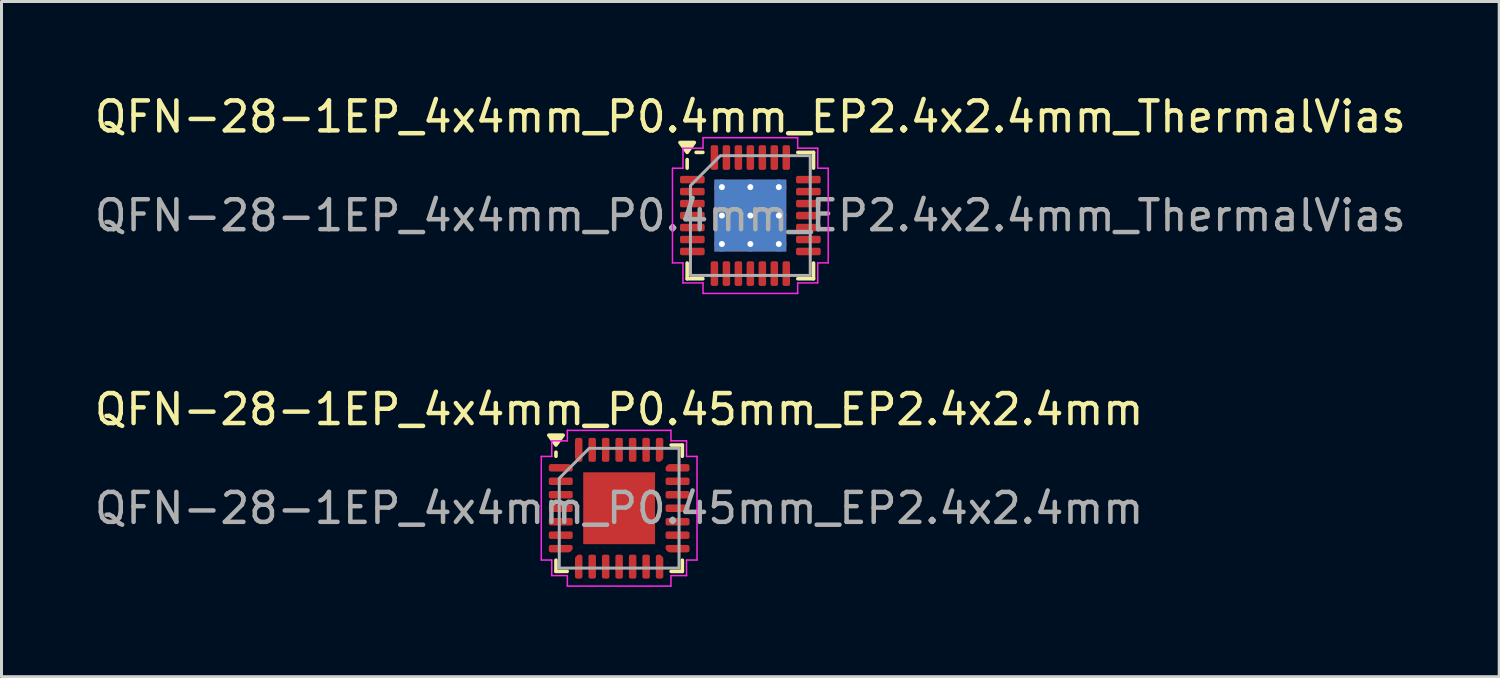
<source format=kicad_pcb>
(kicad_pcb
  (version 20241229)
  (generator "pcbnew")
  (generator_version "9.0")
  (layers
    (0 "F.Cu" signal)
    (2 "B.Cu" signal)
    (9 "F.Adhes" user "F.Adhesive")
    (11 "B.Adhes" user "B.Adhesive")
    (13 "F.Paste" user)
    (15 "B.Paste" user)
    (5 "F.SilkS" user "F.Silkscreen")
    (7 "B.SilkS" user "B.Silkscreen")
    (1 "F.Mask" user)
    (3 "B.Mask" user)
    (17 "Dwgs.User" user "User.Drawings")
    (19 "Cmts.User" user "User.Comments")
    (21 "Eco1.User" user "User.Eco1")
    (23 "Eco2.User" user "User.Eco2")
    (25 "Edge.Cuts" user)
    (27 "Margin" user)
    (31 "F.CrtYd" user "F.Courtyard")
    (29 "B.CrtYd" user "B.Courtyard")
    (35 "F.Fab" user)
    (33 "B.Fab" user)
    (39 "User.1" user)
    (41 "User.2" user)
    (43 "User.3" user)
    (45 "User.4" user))
  (footprint "QFN-28-1EP_4x4mm_P0.45mm_EP2.4x2.4mm"
    (layer "F.Cu")
    (at 17.625 13.921)
    (property "Reference" "QFN-28-1EP_4x4mm_P0.45mm_EP2.4x2.4mm" (at 0 -3.3 0) (layer "F.SilkS") (effects (font (size 1 1) (thickness 0.15))))
    (attr smd)
    (fp_line (start -2.11 -1.735) (end -2.11 -1.87) (stroke (width 0.12) (type solid)) (layer "F.SilkS"))
    (fp_line (start -2.11 2.11) (end -2.11 1.735) (stroke (width 0.12) (type solid)) (layer "F.SilkS"))
    (fp_line (start -1.735 2.11) (end -2.11 2.11) (stroke (width 0.12) (type solid)) (layer "F.SilkS"))
    (fp_line (start 1.735 -2.11) (end 2.11 -2.11) (stroke (width 0.12) (type solid)) (layer "F.SilkS"))
    (fp_line (start 1.735 2.11) (end 2.11 2.11) (stroke (width 0.12) (type solid)) (layer "F.SilkS"))
    (fp_line (start 2.11 -2.11) (end 2.11 -1.735) (stroke (width 0.12) (type solid)) (layer "F.SilkS"))
    (fp_line (start 2.11 2.11) (end 2.11 1.735) (stroke (width 0.12) (type solid)) (layer "F.SilkS"))
    (fp_poly (pts (xy -2.11 -2.11) (xy -2.35 -2.44) (xy -1.87 -2.44)) (stroke (width 0.12) (type solid)) (fill yes) (layer "F.SilkS"))
    (fp_line (start -2.6 -1.73) (end -2.25 -1.73) (stroke (width 0.05) (type solid)) (layer "F.CrtYd"))
    (fp_line (start -2.6 1.73) (end -2.6 -1.73) (stroke (width 0.05) (type solid)) (layer "F.CrtYd"))
    (fp_line (start -2.25 -2.25) (end -1.73 -2.25) (stroke (width 0.05) (type solid)) (layer "F.CrtYd"))
    (fp_line (start -2.25 -1.73) (end -2.25 -2.25) (stroke (width 0.05) (type solid)) (layer "F.CrtYd"))
    (fp_line (start -2.25 1.73) (end -2.6 1.73) (stroke (width 0.05) (type solid)) (layer "F.CrtYd"))
    (fp_line (start -2.25 2.25) (end -2.25 1.73) (stroke (width 0.05) (type solid)) (layer "F.CrtYd"))
    (fp_line (start -1.73 -2.6) (end 1.73 -2.6) (stroke (width 0.05) (type solid)) (layer "F.CrtYd"))
    (fp_line (start -1.73 -2.25) (end -1.73 -2.6) (stroke (width 0.05) (type solid)) (layer "F.CrtYd"))
    (fp_line (start -1.73 2.25) (end -2.25 2.25) (stroke (width 0.05) (type solid)) (layer "F.CrtYd"))
    (fp_line (start -1.73 2.6) (end -1.73 2.25) (stroke (width 0.05) (type solid)) (layer "F.CrtYd"))
    (fp_line (start 1.73 -2.6) (end 1.73 -2.25) (stroke (width 0.05) (type solid)) (layer "F.CrtYd"))
    (fp_line (start 1.73 -2.25) (end 2.25 -2.25) (stroke (width 0.05) (type solid)) (layer "F.CrtYd"))
    (fp_line (start 1.73 2.25) (end 1.73 2.6) (stroke (width 0.05) (type solid)) (layer "F.CrtYd"))
    (fp_line (start 1.73 2.6) (end -1.73 2.6) (stroke (width 0.05) (type solid)) (layer "F.CrtYd"))
    (fp_line (start 2.25 -2.25) (end 2.25 -1.73) (stroke (width 0.05) (type solid)) (layer "F.CrtYd"))
    (fp_line (start 2.25 -1.73) (end 2.6 -1.73) (stroke (width 0.05) (type solid)) (layer "F.CrtYd"))
    (fp_line (start 2.25 1.73) (end 2.25 2.25) (stroke (width 0.05) (type solid)) (layer "F.CrtYd"))
    (fp_line (start 2.25 2.25) (end 1.73 2.25) (stroke (width 0.05) (type solid)) (layer "F.CrtYd"))
    (fp_line (start 2.6 -1.73) (end 2.6 1.73) (stroke (width 0.05) (type solid)) (layer "F.CrtYd"))
    (fp_line (start 2.6 1.73) (end 2.25 1.73) (stroke (width 0.05) (type solid)) (layer "F.CrtYd"))
    (fp_poly (pts (xy -2 -1) (xy -2 2) (xy 2 2) (xy 2 -2) (xy -1 -2)) (stroke (width 0.1) (type solid)) (fill no) (layer "F.Fab"))
    (fp_text user "${REFERENCE}" (at 0 0 0) (layer "F.Fab") (effects (font (size 1 1) (thickness 0.15))))
    (pad "" smd roundrect (at -0.6 -0.6) (size 0.97 0.97) (layers "F.Paste") (roundrect_rratio 0.25))
    (pad "" smd roundrect (at -0.6 0.6) (size 0.97 0.97) (layers "F.Paste") (roundrect_rratio 0.25))
    (pad "" smd roundrect (at 0.6 -0.6) (size 0.97 0.97) (layers "F.Paste") (roundrect_rratio 0.25))
    (pad "" smd roundrect (at 0.6 0.6) (size 0.97 0.97) (layers "F.Paste") (roundrect_rratio 0.25))
    (pad "1" smd custom (at -1.95 -1.35) (size 0.179 0.179) (layers "F.Cu" "F.Mask" "F.Paste") (options (anchor circle)) (primitives (gr_poly (pts (xy -0.338 -0.062) (xy 0.274 -0.062) (xy 0.338 0.001) (xy 0.338 0.062) (xy -0.338 0.062)) (width 0.125) (fill yes))))
    (pad "2" smd roundrect (at -1.95 -0.9) (size 0.8 0.25) (layers "F.Cu" "F.Mask" "F.Paste") (roundrect_rratio 0.25))
    (pad "3" smd roundrect (at -1.95 -0.45) (size 0.8 0.25) (layers "F.Cu" "F.Mask" "F.Paste") (roundrect_rratio 0.25))
    (pad "4" smd roundrect (at -1.95 0) (size 0.8 0.25) (layers "F.Cu" "F.Mask" "F.Paste") (roundrect_rratio 0.25))
    (pad "5" smd roundrect (at -1.95 0.45) (size 0.8 0.25) (layers "F.Cu" "F.Mask" "F.Paste") (roundrect_rratio 0.25))
    (pad "6" smd roundrect (at -1.95 0.9) (size 0.8 0.25) (layers "F.Cu" "F.Mask" "F.Paste") (roundrect_rratio 0.25))
    (pad "7" smd custom (at -1.95 1.35) (size 0.179 0.179) (layers "F.Cu" "F.Mask" "F.Paste") (options (anchor circle)) (primitives (gr_poly (pts (xy -0.338 -0.062) (xy 0.338 -0.062) (xy 0.338 -0.001) (xy 0.274 0.062) (xy -0.338 0.062)) (width 0.125) (fill yes))))
    (pad "8" smd custom (at -1.35 1.95) (size 0.179 0.179) (layers "F.Cu" "F.Mask" "F.Paste") (options (anchor circle)) (primitives (gr_poly (pts (xy -0.062 -0.274) (xy 0.001 -0.338) (xy 0.062 -0.338) (xy 0.062 0.338) (xy -0.062 0.338)) (width 0.125) (fill yes))))
    (pad "9" smd roundrect (at -0.9 1.95) (size 0.25 0.8) (layers "F.Cu" "F.Mask" "F.Paste") (roundrect_rratio 0.25))
    (pad "10" smd roundrect (at -0.45 1.95) (size 0.25 0.8) (layers "F.Cu" "F.Mask" "F.Paste") (roundrect_rratio 0.25))
    (pad "11" smd roundrect (at 0 1.95) (size 0.25 0.8) (layers "F.Cu" "F.Mask" "F.Paste") (roundrect_rratio 0.25))
    (pad "12" smd roundrect (at 0.45 1.95) (size 0.25 0.8) (layers "F.Cu" "F.Mask" "F.Paste") (roundrect_rratio 0.25))
    (pad "13" smd roundrect (at 0.9 1.95) (size 0.25 0.8) (layers "F.Cu" "F.Mask" "F.Paste") (roundrect_rratio 0.25))
    (pad "14" smd custom (at 1.35 1.95) (size 0.179 0.179) (layers "F.Cu" "F.Mask" "F.Paste") (options (anchor circle)) (primitives (gr_poly (pts (xy -0.062 -0.338) (xy -0.001 -0.338) (xy 0.062 -0.274) (xy 0.062 0.338) (xy -0.062 0.338)) (width 0.125) (fill yes))))
    (pad "15" smd custom (at 1.95 1.35) (size 0.179 0.179) (layers "F.Cu" "F.Mask" "F.Paste") (options (anchor circle)) (primitives (gr_poly (pts (xy -0.338 -0.062) (xy 0.338 -0.062) (xy 0.338 0.062) (xy -0.274 0.062) (xy -0.338 -0.001)) (width 0.125) (fill yes))))
    (pad "16" smd roundrect (at 1.95 0.9) (size 0.8 0.25) (layers "F.Cu" "F.Mask" "F.Paste") (roundrect_rratio 0.25))
    (pad "17" smd roundrect (at 1.95 0.45) (size 0.8 0.25) (layers "F.Cu" "F.Mask" "F.Paste") (roundrect_rratio 0.25))
    (pad "18" smd roundrect (at 1.95 0) (size 0.8 0.25) (layers "F.Cu" "F.Mask" "F.Paste") (roundrect_rratio 0.25))
    (pad "19" smd roundrect (at 1.95 -0.45) (size 0.8 0.25) (layers "F.Cu" "F.Mask" "F.Paste") (roundrect_rratio 0.25))
    (pad "20" smd roundrect (at 1.95 -0.9) (size 0.8 0.25) (layers "F.Cu" "F.Mask" "F.Paste") (roundrect_rratio 0.25))
    (pad "21" smd custom (at 1.95 -1.35) (size 0.179 0.179) (layers "F.Cu" "F.Mask" "F.Paste") (options (anchor circle)) (primitives (gr_poly (pts (xy -0.338 0.001) (xy -0.274 -0.062) (xy 0.338 -0.062) (xy 0.338 0.062) (xy -0.338 0.062)) (width 0.125) (fill yes))))
    (pad "22" smd custom (at 1.35 -1.95) (size 0.179 0.179) (layers "F.Cu" "F.Mask" "F.Paste") (options (anchor circle)) (primitives (gr_poly (pts (xy -0.062 -0.338) (xy 0.062 -0.338) (xy 0.062 0.274) (xy -0.001 0.338) (xy -0.062 0.338)) (width 0.125) (fill yes))))
    (pad "23" smd roundrect (at 0.9 -1.95) (size 0.25 0.8) (layers "F.Cu" "F.Mask" "F.Paste") (roundrect_rratio 0.25))
    (pad "24" smd roundrect (at 0.45 -1.95) (size 0.25 0.8) (layers "F.Cu" "F.Mask" "F.Paste") (roundrect_rratio 0.25))
    (pad "25" smd roundrect (at 0 -1.95) (size 0.25 0.8) (layers "F.Cu" "F.Mask" "F.Paste") (roundrect_rratio 0.25))
    (pad "26" smd roundrect (at -0.45 -1.95) (size 0.25 0.8) (layers "F.Cu" "F.Mask" "F.Paste") (roundrect_rratio 0.25))
    (pad "27" smd roundrect (at -0.9 -1.95) (size 0.25 0.8) (layers "F.Cu" "F.Mask" "F.Paste") (roundrect_rratio 0.25))
    (pad "28" smd custom (at -1.35 -1.95) (size 0.179 0.179) (layers "F.Cu" "F.Mask" "F.Paste") (options (anchor circle)) (primitives (gr_poly (pts (xy -0.062 -0.338) (xy 0.062 -0.338) (xy 0.062 0.338) (xy 0.001 0.338) (xy -0.062 0.274)) (width 0.125) (fill yes))))
    (pad "29" smd rect (at 0 0) (size 2.4 2.4) (property pad_prop_heatsink) (layers "F.Cu" "F.Mask")))
  (footprint "QFN-28-1EP_4x4mm_P0.4mm_EP2.4x2.4mm_ThermalVias"
    (layer "F.Cu")
    (at 22.006 4.148)
    (property "Reference" "QFN-28-1EP_4x4mm_P0.4mm_EP2.4x2.4mm_ThermalVias" (at 0 -3.3 0) (layer "F.SilkS") (effects (font (size 1 1) (thickness 0.15))))
    (attr smd)
    (fp_line (start -2.11 -1.585) (end -2.11 -1.87) (stroke (width 0.12) (type solid)) (layer "F.SilkS"))
    (fp_line (start -2.11 2.11) (end -2.11 1.585) (stroke (width 0.12) (type solid)) (layer "F.SilkS"))
    (fp_line (start -1.585 -2.11) (end -1.81 -2.11) (stroke (width 0.12) (type solid)) (layer "F.SilkS"))
    (fp_line (start -1.585 2.11) (end -2.11 2.11) (stroke (width 0.12) (type solid)) (layer "F.SilkS"))
    (fp_line (start 1.585 -2.11) (end 2.11 -2.11) (stroke (width 0.12) (type solid)) (layer "F.SilkS"))
    (fp_line (start 1.585 2.11) (end 2.11 2.11) (stroke (width 0.12) (type solid)) (layer "F.SilkS"))
    (fp_line (start 2.11 -2.11) (end 2.11 -1.585) (stroke (width 0.12) (type solid)) (layer "F.SilkS"))
    (fp_line (start 2.11 2.11) (end 2.11 1.585) (stroke (width 0.12) (type solid)) (layer "F.SilkS"))
    (fp_poly (pts (xy -2.11 -2.11) (xy -2.35 -2.44) (xy -1.87 -2.44)) (stroke (width 0.12) (type solid)) (fill yes) (layer "F.SilkS"))
    (fp_line (start -2.6 -1.58) (end -2.25 -1.58) (stroke (width 0.05) (type solid)) (layer "F.CrtYd"))
    (fp_line (start -2.6 1.58) (end -2.6 -1.58) (stroke (width 0.05) (type solid)) (layer "F.CrtYd"))
    (fp_line (start -2.25 -2.25) (end -1.58 -2.25) (stroke (width 0.05) (type solid)) (layer "F.CrtYd"))
    (fp_line (start -2.25 -1.58) (end -2.25 -2.25) (stroke (width 0.05) (type solid)) (layer "F.CrtYd"))
    (fp_line (start -2.25 1.58) (end -2.6 1.58) (stroke (width 0.05) (type solid)) (layer "F.CrtYd"))
    (fp_line (start -2.25 2.25) (end -2.25 1.58) (stroke (width 0.05) (type solid)) (layer "F.CrtYd"))
    (fp_line (start -1.58 -2.6) (end 1.58 -2.6) (stroke (width 0.05) (type solid)) (layer "F.CrtYd"))
    (fp_line (start -1.58 -2.25) (end -1.58 -2.6) (stroke (width 0.05) (type solid)) (layer "F.CrtYd"))
    (fp_line (start -1.58 2.25) (end -2.25 2.25) (stroke (width 0.05) (type solid)) (layer "F.CrtYd"))
    (fp_line (start -1.58 2.6) (end -1.58 2.25) (stroke (width 0.05) (type solid)) (layer "F.CrtYd"))
    (fp_line (start 1.58 -2.6) (end 1.58 -2.25) (stroke (width 0.05) (type solid)) (layer "F.CrtYd"))
    (fp_line (start 1.58 -2.25) (end 2.25 -2.25) (stroke (width 0.05) (type solid)) (layer "F.CrtYd"))
    (fp_line (start 1.58 2.25) (end 1.58 2.6) (stroke (width 0.05) (type solid)) (layer "F.CrtYd"))
    (fp_line (start 1.58 2.6) (end -1.58 2.6) (stroke (width 0.05) (type solid)) (layer "F.CrtYd"))
    (fp_line (start 2.25 -2.25) (end 2.25 -1.58) (stroke (width 0.05) (type solid)) (layer "F.CrtYd"))
    (fp_line (start 2.25 -1.58) (end 2.6 -1.58) (stroke (width 0.05) (type solid)) (layer "F.CrtYd"))
    (fp_line (start 2.25 1.58) (end 2.25 2.25) (stroke (width 0.05) (type solid)) (layer "F.CrtYd"))
    (fp_line (start 2.25 2.25) (end 1.58 2.25) (stroke (width 0.05) (type solid)) (layer "F.CrtYd"))
    (fp_line (start 2.6 -1.58) (end 2.6 1.58) (stroke (width 0.05) (type solid)) (layer "F.CrtYd"))
    (fp_line (start 2.6 1.58) (end 2.25 1.58) (stroke (width 0.05) (type solid)) (layer "F.CrtYd"))
    (fp_poly (pts (xy -2 -1) (xy -2 2) (xy 2 2) (xy 2 -2) (xy -1 -2)) (stroke (width 0.1) (type solid)) (fill no) (layer "F.Fab"))
    (fp_text user "${REFERENCE}" (at 0 0 0) (layer "F.Fab") (effects (font (size 1 1) (thickness 0.15))))
    (pad "" smd roundrect (at -0.6 -0.6) (size 1.04 1.04) (layers "F.Paste") (roundrect_rratio 0.24))
    (pad "" smd roundrect (at -0.6 0.6) (size 1.04 1.04) (layers "F.Paste") (roundrect_rratio 0.24))
    (pad "" smd roundrect (at 0.6 -0.6) (size 1.04 1.04) (layers "F.Paste") (roundrect_rratio 0.24))
    (pad "" smd roundrect (at 0.6 0.6) (size 1.04 1.04) (layers "F.Paste") (roundrect_rratio 0.24))
    (pad "1" smd roundrect (at -1.938 -1.2) (size 0.825 0.25) (layers "F.Cu" "F.Mask" "F.Paste") (roundrect_rratio 0.25))
    (pad "2" smd roundrect (at -1.938 -0.8) (size 0.825 0.25) (layers "F.Cu" "F.Mask" "F.Paste") (roundrect_rratio 0.25))
    (pad "3" smd roundrect (at -1.938 -0.4) (size 0.825 0.25) (layers "F.Cu" "F.Mask" "F.Paste") (roundrect_rratio 0.25))
    (pad "4" smd roundrect (at -1.938 0) (size 0.825 0.25) (layers "F.Cu" "F.Mask" "F.Paste") (roundrect_rratio 0.25))
    (pad "5" smd roundrect (at -1.938 0.4) (size 0.825 0.25) (layers "F.Cu" "F.Mask" "F.Paste") (roundrect_rratio 0.25))
    (pad "6" smd roundrect (at -1.938 0.8) (size 0.825 0.25) (layers "F.Cu" "F.Mask" "F.Paste") (roundrect_rratio 0.25))
    (pad "7" smd roundrect (at -1.938 1.2) (size 0.825 0.25) (layers "F.Cu" "F.Mask" "F.Paste") (roundrect_rratio 0.25))
    (pad "8" smd roundrect (at -1.2 1.938) (size 0.25 0.825) (layers "F.Cu" "F.Mask" "F.Paste") (roundrect_rratio 0.25))
    (pad "9" smd roundrect (at -0.8 1.938) (size 0.25 0.825) (layers "F.Cu" "F.Mask" "F.Paste") (roundrect_rratio 0.25))
    (pad "10" smd roundrect (at -0.4 1.938) (size 0.25 0.825) (layers "F.Cu" "F.Mask" "F.Paste") (roundrect_rratio 0.25))
    (pad "11" smd roundrect (at 0 1.938) (size 0.25 0.825) (layers "F.Cu" "F.Mask" "F.Paste") (roundrect_rratio 0.25))
    (pad "12" smd roundrect (at 0.4 1.938) (size 0.25 0.825) (layers "F.Cu" "F.Mask" "F.Paste") (roundrect_rratio 0.25))
    (pad "13" smd roundrect (at 0.8 1.938) (size 0.25 0.825) (layers "F.Cu" "F.Mask" "F.Paste") (roundrect_rratio 0.25))
    (pad "14" smd roundrect (at 1.2 1.938) (size 0.25 0.825) (layers "F.Cu" "F.Mask" "F.Paste") (roundrect_rratio 0.25))
    (pad "15" smd roundrect (at 1.938 1.2) (size 0.825 0.25) (layers "F.Cu" "F.Mask" "F.Paste") (roundrect_rratio 0.25))
    (pad "16" smd roundrect (at 1.938 0.8) (size 0.825 0.25) (layers "F.Cu" "F.Mask" "F.Paste") (roundrect_rratio 0.25))
    (pad "17" smd roundrect (at 1.938 0.4) (size 0.825 0.25) (layers "F.Cu" "F.Mask" "F.Paste") (roundrect_rratio 0.25))
    (pad "18" smd roundrect (at 1.938 0) (size 0.825 0.25) (layers "F.Cu" "F.Mask" "F.Paste") (roundrect_rratio 0.25))
    (pad "19" smd roundrect (at 1.938 -0.4) (size 0.825 0.25) (layers "F.Cu" "F.Mask" "F.Paste") (roundrect_rratio 0.25))
    (pad "20" smd roundrect (at 1.938 -0.8) (size 0.825 0.25) (layers "F.Cu" "F.Mask" "F.Paste") (roundrect_rratio 0.25))
    (pad "21" smd roundrect (at 1.938 -1.2) (size 0.825 0.25) (layers "F.Cu" "F.Mask" "F.Paste") (roundrect_rratio 0.25))
    (pad "22" smd roundrect (at 1.2 -1.938) (size 0.25 0.825) (layers "F.Cu" "F.Mask" "F.Paste") (roundrect_rratio 0.25))
    (pad "23" smd roundrect (at 0.8 -1.938) (size 0.25 0.825) (layers "F.Cu" "F.Mask" "F.Paste") (roundrect_rratio 0.25))
    (pad "24" smd roundrect (at 0.4 -1.938) (size 0.25 0.825) (layers "F.Cu" "F.Mask" "F.Paste") (roundrect_rratio 0.25))
    (pad "25" smd roundrect (at 0 -1.938) (size 0.25 0.825) (layers "F.Cu" "F.Mask" "F.Paste") (roundrect_rratio 0.25))
    (pad "26" smd roundrect (at -0.4 -1.938) (size 0.25 0.825) (layers "F.Cu" "F.Mask" "F.Paste") (roundrect_rratio 0.25))
    (pad "27" smd roundrect (at -0.8 -1.938) (size 0.25 0.825) (layers "F.Cu" "F.Mask" "F.Paste") (roundrect_rratio 0.25))
    (pad "28" smd roundrect (at -1.2 -1.938) (size 0.25 0.825) (layers "F.Cu" "F.Mask" "F.Paste") (roundrect_rratio 0.25))
    (pad "29" thru_hole circle (at -0.95 -0.95) (size 0.5 0.5) (drill 0.2) (property pad_prop_heatsink) (layers "*.Cu"))
    (pad "29" thru_hole circle (at -0.95 0) (size 0.5 0.5) (drill 0.2) (property pad_prop_heatsink) (layers "*.Cu"))
    (pad "29" thru_hole circle (at -0.95 0.95) (size 0.5 0.5) (drill 0.2) (property pad_prop_heatsink) (layers "*.Cu"))
    (pad "29" thru_hole circle (at 0 -0.95) (size 0.5 0.5) (drill 0.2) (property pad_prop_heatsink) (layers "*.Cu"))
    (pad "29" thru_hole circle (at 0 0) (size 0.5 0.5) (drill 0.2) (property pad_prop_heatsink) (layers "*.Cu"))
    (pad "29" smd rect (at 0 0) (size 2.4 2.4) (property pad_prop_heatsink) (layers "F.Cu" "F.Mask"))
    (pad "29" smd rect (at 0 0) (size 2.4 2.4) (property pad_prop_heatsink) (layers "B.Cu"))
    (pad "29" thru_hole circle (at 0 0.95) (size 0.5 0.5) (drill 0.2) (property pad_prop_heatsink) (layers "*.Cu"))
    (pad "29" thru_hole circle (at 0.95 -0.95) (size 0.5 0.5) (drill 0.2) (property pad_prop_heatsink) (layers "*.Cu"))
    (pad "29" thru_hole circle (at 0.95 0) (size 0.5 0.5) (drill 0.2) (property pad_prop_heatsink) (layers "*.Cu"))
    (pad "29" thru_hole circle (at 0.95 0.95) (size 0.5 0.5) (drill 0.2) (property pad_prop_heatsink) (layers "*.Cu")))
  (gr_rect
    (start -3 -3)
    (end 47.012 19.547)
    (stroke (width 0.1) (type default))
    (fill no)
    (layer "Edge.Cuts")))
</source>
